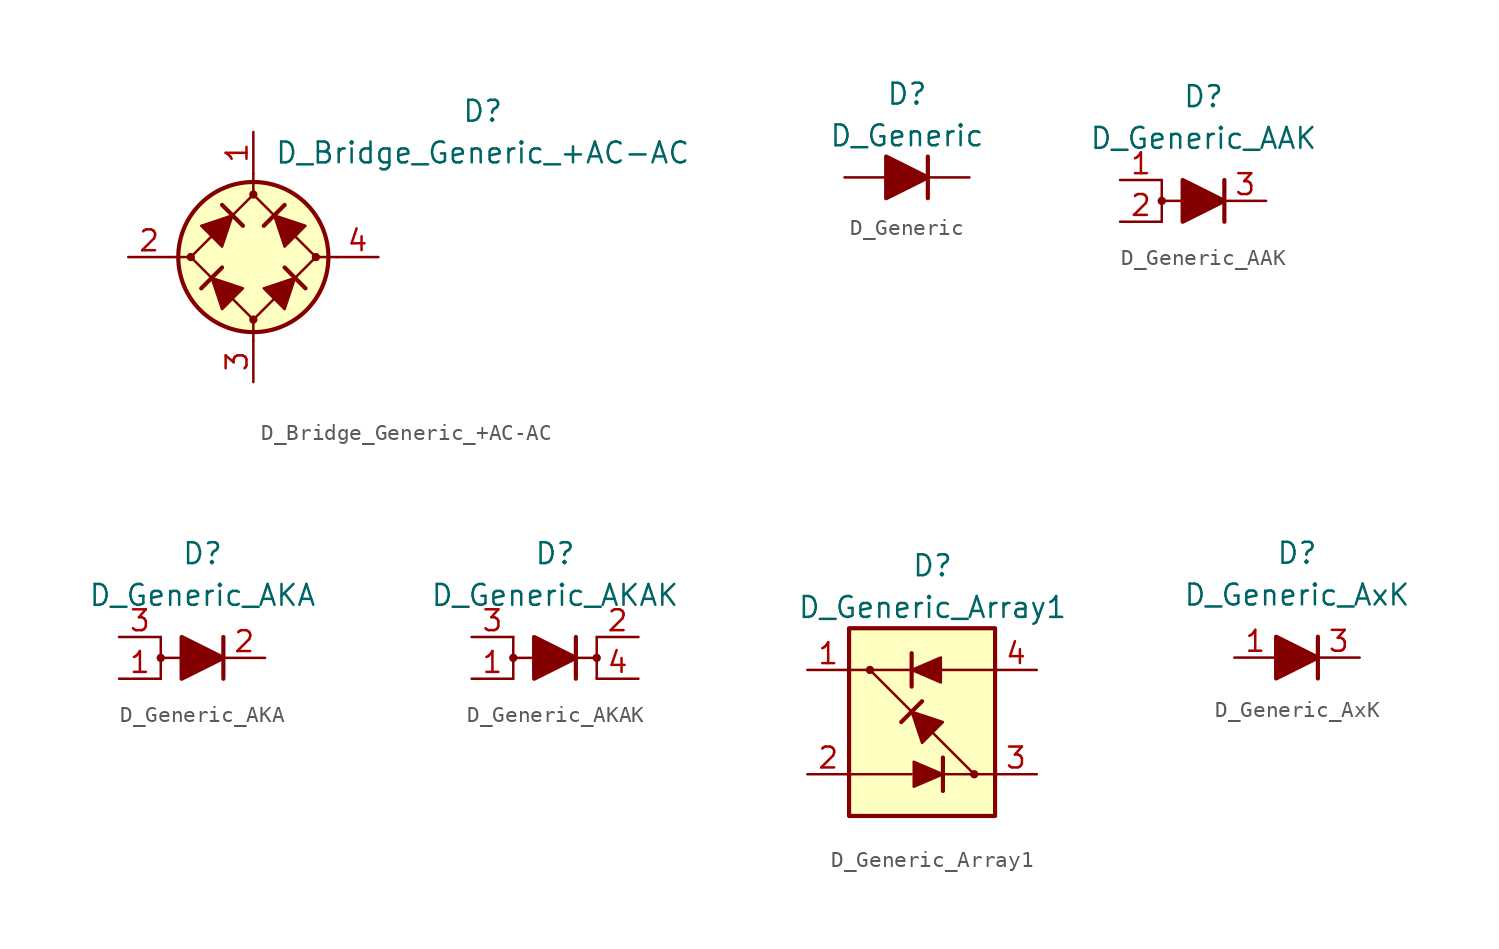
<source format=kicad_sym>
(kicad_symbol_lib
  (version 20210619)
  (generator kicad_symbol_editor)
  (symbol "Diode_AKL:D_Bridge_Generic_+AC-AC"
    (pin_names
      (offset 1.016) hide)
    (property "Reference" "D"
      (at 13.97 8.89 0)
      (effects (font (size 1.27 1.27))))
    (property "Value" "D_Bridge_Generic_+AC-AC"
      (at 13.97 6.35 0)
      (effects (font (size 1.27 1.27))))
    (symbol "D_Bridge_Generic_+AC-AC_0_1"
      (circle (center -3.81 0) (radius 0.178) (stroke (width 0)) (fill (type outline)))
      (circle (center 0 0) (radius 4.572) (stroke (width 0.254)) (fill (type background)))
      (polyline (pts (xy -5.08 0) (xy -3.81 0)) (stroke (width 0)) (fill (type none)))
      (polyline (pts (xy -1.905 -0.635) (xy -3.175 -1.905)) (stroke (width 0.254)) (fill (type none)))
      (polyline (pts (xy -1.905 3.175) (xy -0.635 1.905)) (stroke (width 0.254)) (fill (type none)))
      (polyline (pts (xy 0 -5.08) (xy 0 -3.81)) (stroke (width 0)) (fill (type none)))
      (polyline (pts (xy 0 5.08) (xy 0 3.81)) (stroke (width 0)) (fill (type none)))
      (polyline (pts (xy 1.905 3.175) (xy 0.635 1.905)) (stroke (width 0.254)) (fill (type none)))
      (polyline (pts (xy 3.175 -1.905) (xy 1.905 -0.635)) (stroke (width 0.254)) (fill (type none)))
      (polyline (pts (xy 5.08 0) (xy 3.81 0)) (stroke (width 0)) (fill (type none)))
      (polyline (pts (xy 0 3.81) (xy -3.81 0) (xy 0 -3.81) (xy 3.81 0) (xy 0 3.81)) (stroke (width 0)) (fill (type none)))
      (polyline (pts (xy -2.54 -1.27) (xy -1.905 -3.175) (xy -0.635 -1.905) (xy -2.54 -1.27)) (stroke (width 0)) (fill (type outline)))
      (polyline (pts (xy -1.27 2.54) (xy -1.905 0.635) (xy -3.175 1.905) (xy -1.27 2.54)) (stroke (width 0)) (fill (type outline)))
      (polyline (pts (xy 1.27 2.54) (xy 3.175 1.905) (xy 1.905 0.635) (xy 1.27 2.54)) (stroke (width 0)) (fill (type outline)))
      (polyline (pts (xy 2.54 -1.27) (xy 0.635 -1.905) (xy 1.905 -3.175) (xy 2.54 -1.27)) (stroke (width 0)) (fill (type outline))))
    (symbol "D_Bridge_Generic_+AC-AC_1_1"
      (circle (center 0 -3.81) (radius 0.178) (stroke (width 0)) (fill (type outline)))
      (circle (center 0 3.81) (radius 0.178) (stroke (width 0)) (fill (type outline)))
      (circle (center 3.81 0) (radius 0.178) (stroke (width 0)) (fill (type outline)))
      (pin passive line (at 0 7.62 270) (length 2.54) (name "+" (effects (font (size 1.27 1.27)))) (number "1" (effects (font (size 1.27 1.27)))))
      (pin passive line (at -7.62 0 0) (length 2.54) (name "1" (effects (font (size 1.27 1.27)))) (number "2" (effects (font (size 1.27 1.27)))))
      (pin passive line (at 0 -7.62 90) (length 2.54) (name "-" (effects (font (size 1.27 1.27)))) (number "3" (effects (font (size 1.27 1.27)))))
      (pin passive line (at 7.62 0 180) (length 2.54) (name "2" (effects (font (size 1.27 1.27)))) (number "4" (effects (font (size 1.27 1.27)))))))
  (symbol "Diode_AKL:D_Generic"
    (pin_numbers hide)
    (pin_names
      (offset 1.016) hide)
    (property "Reference" "D"
      (at 0 5.08 0)
      (effects (font (size 1.27 1.27))))
    (property "Value" "D_Generic"
      (at 0 2.54 0)
      (effects (font (size 1.27 1.27))))
    (symbol "D_Generic_0_1"
      (polyline (pts (xy -1.27 0) (xy 1.27 0)) (stroke (width 0)) (fill (type none)))
      (polyline (pts (xy 1.27 1.27) (xy 1.27 -1.27)) (stroke (width 0.254)) (fill (type none)))
      (polyline (pts (xy -1.27 1.27) (xy -1.27 -1.27) (xy 1.27 0) (xy -1.27 1.27)) (stroke (width 0.254)) (fill (type outline))))
    (symbol "D_Generic_1_1"
      (pin passive line (at 3.81 0 180) (length 2.54) (name "K" (effects (font (size 1.27 1.27)))) (number "1" (effects (font (size 1.27 1.27)))))
      (pin passive line (at -3.81 0 0) (length 2.54) (name "A" (effects (font (size 1.27 1.27)))) (number "2" (effects (font (size 1.27 1.27)))))))
  (symbol "Diode_AKL:D_Generic_AAK"
    (pin_names
      (offset 1.016) hide)
    (property "Reference" "D"
      (at 0 6.35 0)
      (effects (font (size 1.27 1.27))))
    (property "Value" "D_Generic_AAK"
      (at 0 3.81 0)
      (effects (font (size 1.27 1.27))))
    (symbol "D_Generic_AAK_0_1"
      (circle (center -2.54 0) (radius 0.178) (stroke (width 0)) (fill (type outline)))
      (polyline (pts (xy -2.54 1.27) (xy -2.54 -1.27)) (stroke (width 0)) (fill (type none)))
      (polyline (pts (xy -1.27 0) (xy -2.54 0)) (stroke (width 0)) (fill (type none)))
      (polyline (pts (xy -1.27 0) (xy 1.27 0)) (stroke (width 0)) (fill (type none)))
      (polyline (pts (xy 1.27 -1.27) (xy 1.27 1.27)) (stroke (width 0.254)) (fill (type none)))
      (polyline (pts (xy -1.27 -1.27) (xy -1.27 1.27) (xy 1.27 0) (xy -1.27 -1.27)) (stroke (width 0.254)) (fill (type outline))))
    (symbol "D_Generic_AAK_1_1"
      (pin passive line (at -5.08 1.27 0) (length 2.54) (name "A" (effects (font (size 1.27 1.27)))) (number "1" (effects (font (size 1.27 1.27)))))
      (pin passive line (at -5.08 -1.27 0) (length 2.54) (name "A" (effects (font (size 1.27 1.27)))) (number "2" (effects (font (size 1.27 1.27)))))
      (pin passive line (at 3.81 0 180) (length 2.54) (name "K" (effects (font (size 1.27 1.27)))) (number "3" (effects (font (size 1.27 1.27)))))))
  (symbol "Diode_AKL:D_Generic_AKA"
    (pin_names
      (offset 1.016) hide)
    (property "Reference" "D"
      (at 0 6.35 0)
      (effects (font (size 1.27 1.27))))
    (property "Value" "D_Generic_AKA"
      (at 0 3.81 0)
      (effects (font (size 1.27 1.27))))
    (symbol "D_Generic_AKA_0_1"
      (circle (center -2.54 0) (radius 0.178) (stroke (width 0)) (fill (type outline)))
      (polyline (pts (xy -2.54 1.27) (xy -2.54 -1.27)) (stroke (width 0)) (fill (type none)))
      (polyline (pts (xy -1.27 0) (xy -2.54 0)) (stroke (width 0)) (fill (type none)))
      (polyline (pts (xy -1.27 0) (xy 1.27 0)) (stroke (width 0)) (fill (type none)))
      (polyline (pts (xy 1.27 -1.27) (xy 1.27 1.27)) (stroke (width 0.254)) (fill (type none)))
      (polyline (pts (xy -1.27 -1.27) (xy -1.27 1.27) (xy 1.27 0) (xy -1.27 -1.27)) (stroke (width 0.254)) (fill (type outline))))
    (symbol "D_Generic_AKA_1_1"
      (pin passive line (at -5.08 -1.27 0) (length 2.54) (name "A" (effects (font (size 1.27 1.27)))) (number "1" (effects (font (size 1.27 1.27)))))
      (pin passive line (at 3.81 0 180) (length 2.54) (name "K" (effects (font (size 1.27 1.27)))) (number "2" (effects (font (size 1.27 1.27)))))
      (pin passive line (at -5.08 1.27 0) (length 2.54) (name "A" (effects (font (size 1.27 1.27)))) (number "3" (effects (font (size 1.27 1.27)))))))
  (symbol "Diode_AKL:D_Generic_AKAK"
    (pin_names
      (offset 1.016) hide)
    (property "Reference" "D"
      (at 0 6.35 0)
      (effects (font (size 1.27 1.27))))
    (property "Value" "D_Generic_AKAK"
      (at 0 3.81 0)
      (effects (font (size 1.27 1.27))))
    (symbol "D_Generic_AKAK_0_1"
      (circle (center -2.54 0) (radius 0.178) (stroke (width 0)) (fill (type outline)))
      (polyline (pts (xy -2.54 1.27) (xy -2.54 -1.27)) (stroke (width 0)) (fill (type none)))
      (polyline (pts (xy -1.27 0) (xy -2.54 0)) (stroke (width 0)) (fill (type none)))
      (polyline (pts (xy -1.27 0) (xy 1.27 0)) (stroke (width 0)) (fill (type none)))
      (polyline (pts (xy 1.27 -1.27) (xy 1.27 1.27)) (stroke (width 0.254)) (fill (type none)))
      (polyline (pts (xy -1.27 -1.27) (xy -1.27 1.27) (xy 1.27 0) (xy -1.27 -1.27)) (stroke (width 0.254)) (fill (type outline))))
    (symbol "D_Generic_AKAK_1_1"
      (circle (center 2.54 0) (radius 0.178) (stroke (width 0)) (fill (type outline)))
      (polyline (pts (xy 1.27 0) (xy 2.54 0)) (stroke (width 0)) (fill (type none)))
      (polyline (pts (xy 2.54 -1.27) (xy 2.54 1.27)) (stroke (width 0)) (fill (type none)))
      (pin passive line (at -5.08 -1.27 0) (length 2.54) (name "A" (effects (font (size 1.27 1.27)))) (number "1" (effects (font (size 1.27 1.27)))))
      (pin passive line (at 5.08 1.27 180) (length 2.54) (name "K" (effects (font (size 1.27 1.27)))) (number "2" (effects (font (size 1.27 1.27)))))
      (pin passive line (at -5.08 1.27 0) (length 2.54) (name "A" (effects (font (size 1.27 1.27)))) (number "3" (effects (font (size 1.27 1.27)))))
      (pin passive line (at 5.08 -1.27 180) (length 2.54) (name "K" (effects (font (size 1.27 1.27)))) (number "4" (effects (font (size 1.27 1.27)))))))
  (symbol "Diode_AKL:D_Generic_Array1"
    (pin_names
      (offset 1.016) hide)
    (property "Reference" "D"
      (at 0 10.16 0)
      (effects (font (size 1.27 1.27))))
    (property "Value" "D_Generic_Array1"
      (at 0 7.62 0)
      (effects (font (size 1.27 1.27))))
    (symbol "D_Generic_Array1_0_1"
      (circle (center -3.81 3.81) (radius 0.178) (stroke (width 0)) (fill (type outline)))
      (rectangle (start -5.08 6.35) (end 3.81 -5.08) (stroke (width 0.254)) (fill (type background)))
      (polyline (pts (xy -5.08 -2.54) (xy -1.27 -2.54)) (stroke (width 0)) (fill (type none)))
      (polyline (pts (xy -3.81 3.81) (xy 2.54 -2.54)) (stroke (width 0.152)) (fill (type none)))
      (polyline (pts (xy -1.27 2.794) (xy -1.27 4.826)) (stroke (width 0.254)) (fill (type none)))
      (polyline (pts (xy -1.27 3.81) (xy -5.08 3.81)) (stroke (width 0)) (fill (type none)))
      (polyline (pts (xy -0.635 1.905) (xy -1.905 0.635)) (stroke (width 0.254)) (fill (type none)))
      (polyline (pts (xy 0 -2.54) (xy 3.81 -2.54)) (stroke (width 0.152)) (fill (type none)))
      (polyline (pts (xy 0 3.81) (xy 3.81 3.81)) (stroke (width 0.152)) (fill (type none)))
      (polyline (pts (xy 0.635 -1.524) (xy 0.635 -3.556)) (stroke (width 0.254)) (fill (type none)))
      (polyline (pts (xy -1.27 1.27) (xy -0.635 -0.635) (xy 0.635 0.635) (xy -1.27 1.27)) (stroke (width 0)) (fill (type outline)))
      (polyline (pts (xy 0.508 4.572) (xy 0.508 3.048) (xy -1.27 3.81) (xy 0.508 4.572)) (stroke (width 0)) (fill (type outline))))
    (symbol "D_Generic_Array1_1_1"
      (circle (center 2.54 -2.54) (radius 0.178) (stroke (width 0)) (fill (type outline)))
      (polyline (pts (xy -1.143 -3.302) (xy -1.143 -1.778) (xy 0.635 -2.54) (xy -1.143 -3.302)) (stroke (width 0)) (fill (type outline)))
      (pin passive line (at -7.62 3.81 0) (length 2.54) (name "1" (effects (font (size 1.27 1.27)))) (number "1" (effects (font (size 1.27 1.27)))))
      (pin passive line (at -7.62 -2.54 0) (length 2.54) (name "2" (effects (font (size 1.27 1.27)))) (number "2" (effects (font (size 1.27 1.27)))))
      (pin passive line (at 6.35 -2.54 180) (length 2.54) (name "3" (effects (font (size 1.27 1.27)))) (number "3" (effects (font (size 1.27 1.27)))))
      (pin passive line (at 6.35 3.81 180) (length 2.54) (name "4" (effects (font (size 1.27 1.27)))) (number "4" (effects (font (size 1.27 1.27)))))))
  (symbol "Diode_AKL:D_Generic_AxK"
    (pin_names
      (offset 1.016) hide)
    (property "Reference" "D"
      (at 0 6.35 0)
      (effects (font (size 1.27 1.27))))
    (property "Value" "D_Generic_AxK"
      (at 0 3.81 0)
      (effects (font (size 1.27 1.27))))
    (symbol "D_Generic_AxK_0_1"
      (polyline (pts (xy -1.27 0) (xy 1.27 0)) (stroke (width 0)) (fill (type none)))
      (polyline (pts (xy 1.27 1.27) (xy 1.27 -1.27)) (stroke (width 0.254)) (fill (type none)))
      (polyline (pts (xy -1.27 1.27) (xy -1.27 -1.27) (xy 1.27 0) (xy -1.27 1.27)) (stroke (width 0.254)) (fill (type outline))))
    (symbol "D_Generic_AxK_1_1"
      (pin passive line (at -3.81 0 0) (length 2.54) (name "A" (effects (font (size 1.27 1.27)))) (number "1" (effects (font (size 1.27 1.27)))))
      (pin passive line (at 3.81 0 180) (length 2.54) (name "K" (effects (font (size 1.27 1.27)))) (number "3" (effects (font (size 1.27 1.27))))))))
</source>
